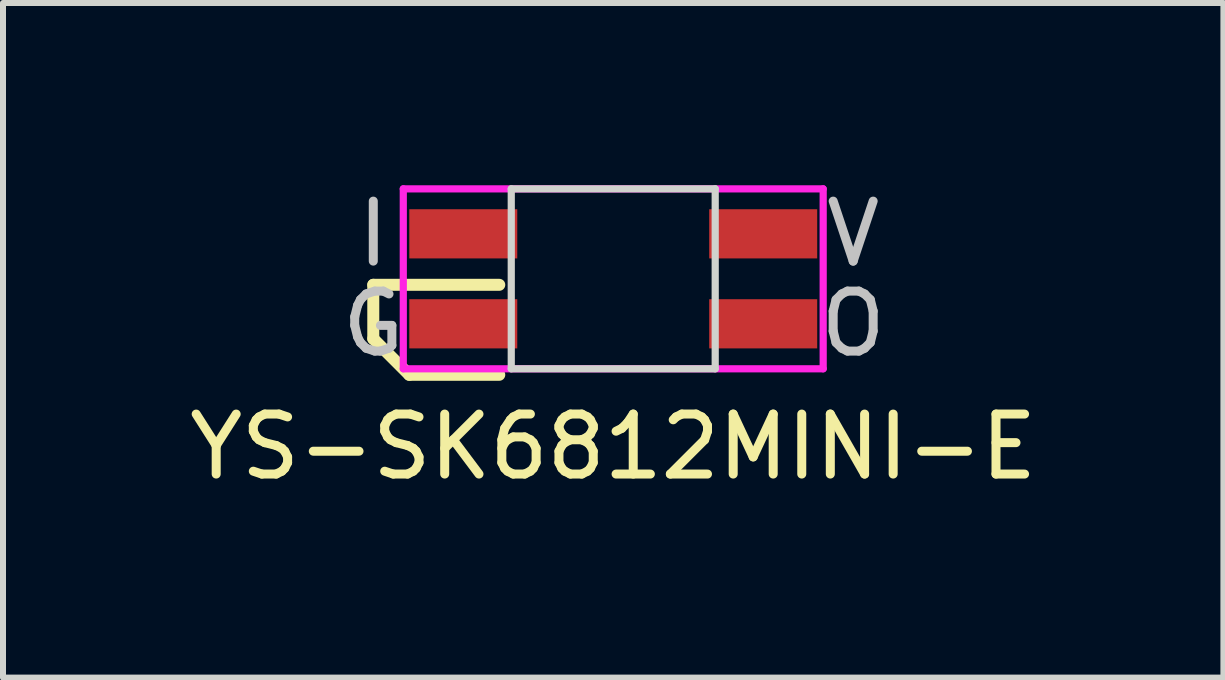
<source format=kicad_pcb>
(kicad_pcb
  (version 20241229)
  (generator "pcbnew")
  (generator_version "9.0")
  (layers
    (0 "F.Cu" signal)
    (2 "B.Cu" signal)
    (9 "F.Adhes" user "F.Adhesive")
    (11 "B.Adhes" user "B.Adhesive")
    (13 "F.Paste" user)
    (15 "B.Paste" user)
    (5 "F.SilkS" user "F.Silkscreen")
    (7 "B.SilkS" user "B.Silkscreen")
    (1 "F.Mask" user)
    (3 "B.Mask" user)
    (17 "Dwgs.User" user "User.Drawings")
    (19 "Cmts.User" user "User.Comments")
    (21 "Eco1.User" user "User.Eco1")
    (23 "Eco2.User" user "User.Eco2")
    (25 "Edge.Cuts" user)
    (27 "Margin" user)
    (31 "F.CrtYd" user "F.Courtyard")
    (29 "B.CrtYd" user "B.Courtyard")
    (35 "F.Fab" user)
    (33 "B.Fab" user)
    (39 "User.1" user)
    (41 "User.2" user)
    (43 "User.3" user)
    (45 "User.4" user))
  (footprint "YS-SK6812MINI-E"
    (layer "F.Cu")
    (at 7.173 1.598)
    (property "Reference" "YS-SK6812MINI-E" (at 0 2.8 0) (layer "F.SilkS") (effects (font (size 1 1) (thickness 0.15))))
    (attr through_hole)
    (fp_line (start -4 0.1) (end -4 1) (stroke (width 0.2) (type solid)) (layer "F.SilkS"))
    (fp_line (start -4 1) (end -3.4 1.6) (stroke (width 0.2) (type solid)) (layer "F.SilkS"))
    (fp_line (start -3.4 1.6) (end -1.9 1.6) (stroke (width 0.2) (type solid)) (layer "F.SilkS"))
    (fp_line (start -1.9 0.1) (end -4 0.1) (stroke (width 0.2) (type solid)) (layer "F.SilkS"))
    (fp_line (start -1.7 -1.5) (end -1.7 1.5) (stroke (width 0.12) (type solid)) (layer "Edge.Cuts"))
    (fp_line (start -1.7 1.5) (end 1.7 1.5) (stroke (width 0.12) (type solid)) (layer "Edge.Cuts"))
    (fp_line (start 1.7 -1.5) (end -1.7 -1.5) (stroke (width 0.12) (type solid)) (layer "Edge.Cuts"))
    (fp_line (start 1.7 1.5) (end 1.7 -1.5) (stroke (width 0.12) (type solid)) (layer "Edge.Cuts"))
    (fp_line (start -3.5 -1.5) (end -3.5 1.5) (stroke (width 0.12) (type solid)) (layer "F.CrtYd"))
    (fp_line (start -3.5 1.5) (end 3.5 1.5) (stroke (width 0.12) (type solid)) (layer "F.CrtYd"))
    (fp_line (start 3.5 -1.5) (end -3.5 -1.5) (stroke (width 0.12) (type solid)) (layer "F.CrtYd"))
    (fp_line (start 3.5 1.5) (end 3.5 -1.5) (stroke (width 0.12) (type solid)) (layer "F.CrtYd"))
    (fp_text user "G" (at -4 0.75 0) (layer "Dwgs.User") (effects (font (size 1 1) (thickness 0.15))))
    (fp_text user "I" (at -4 -0.75 0) (layer "Dwgs.User") (effects (font (size 1 1) (thickness 0.15))))
    (fp_text user "V" (at 4 -0.75 0) (layer "Dwgs.User") (effects (font (size 1 1) (thickness 0.15))))
    (fp_text user "O" (at 4 0.75 0) (layer "Dwgs.User") (effects (font (size 1 1) (thickness 0.15))))
    (pad "1" smd rect (at 2.5 -0.75) (size 1.8 0.82) (layers "F.Cu" "F.Mask" "F.Paste"))
    (pad "2" smd rect (at 2.5 0.75) (size 1.8 0.82) (layers "F.Cu" "F.Mask" "F.Paste"))
    (pad "3" smd rect (at -2.5 0.75) (size 1.8 0.82) (layers "F.Cu" "F.Mask" "F.Paste"))
    (pad "4" smd rect (at -2.5 -0.75) (size 1.8 0.82) (layers "F.Cu" "F.Mask" "F.Paste")))
  (gr_rect
    (start -3 -3)
    (end 17.345 8.246)
    (stroke (width 0.1) (type default))
    (fill no)
    (layer "Edge.Cuts")))
</source>
